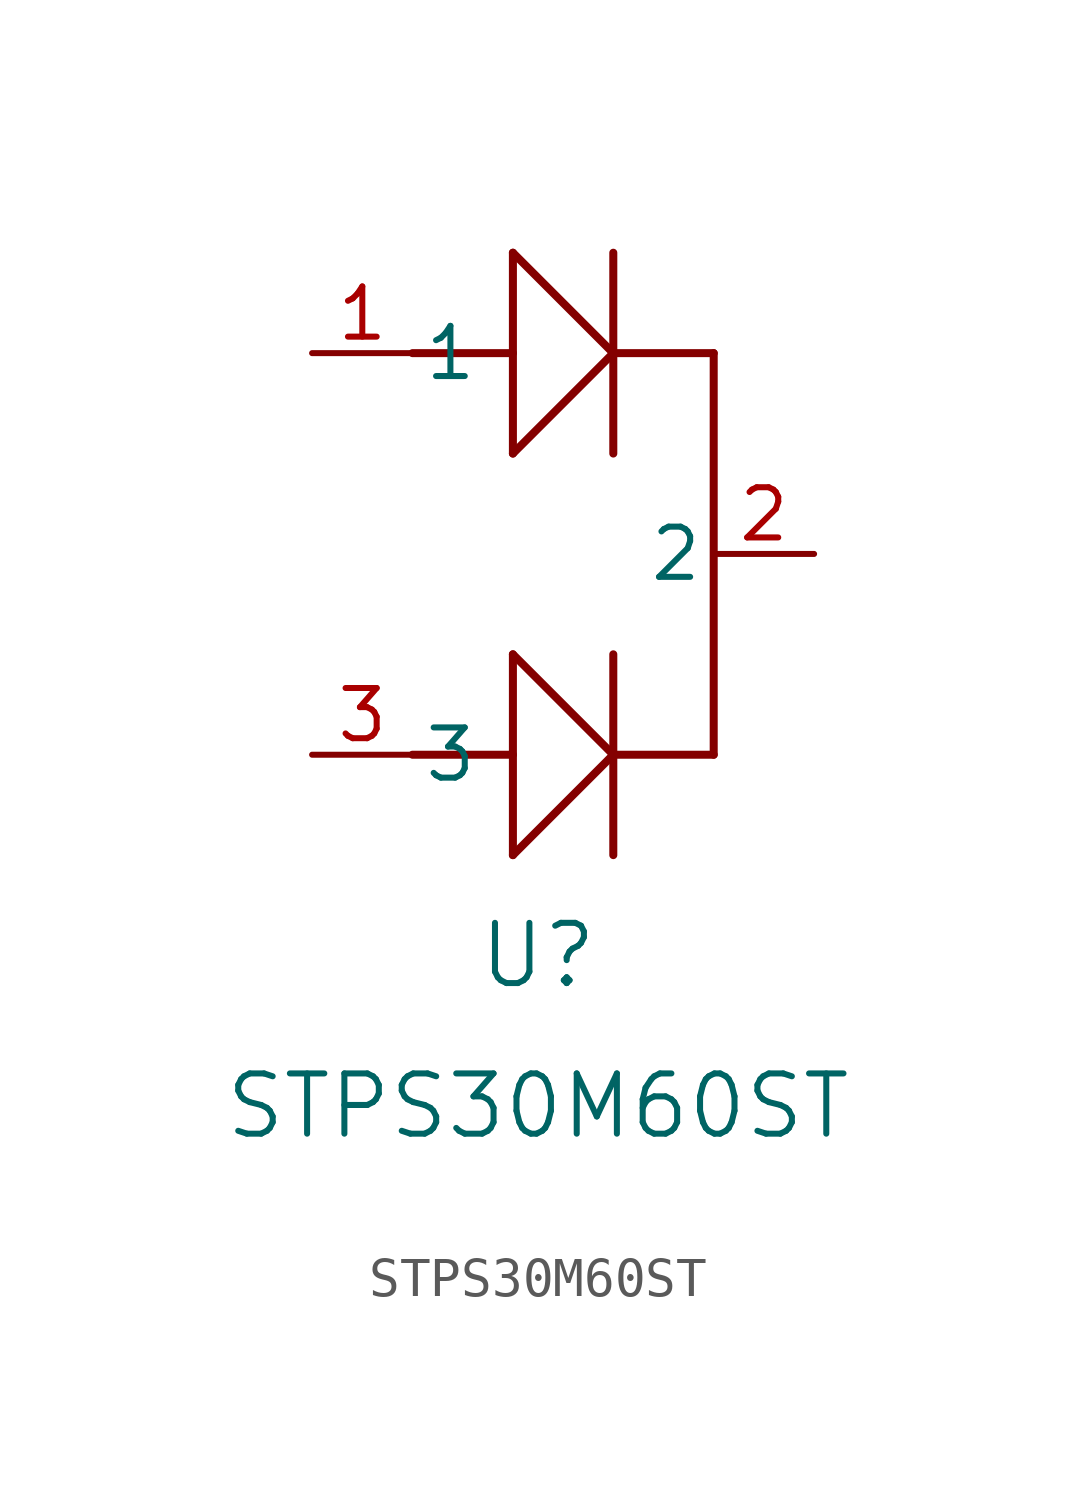
<source format=kicad_sym>
(kicad_symbol_lib
  (version 20211014)
  (generator kicad_symbol_editor)
  (symbol "STPS30M60ST"
    (pin_names
      (offset 0.254))
    (property "Reference" "U"
      (at 5.715 -15.24 0)
      (effects (font (size 1.524 1.524))))
    (property "Value" "STPS30M60ST"
      (at 5.715 -19.05 0)
      (effects (font (size 1.524 1.524))))
    (symbol "STPS30M60ST_0_1"
      (polyline (pts (xy 5.08 -7.62) (xy 7.62 -10.16)) (stroke (width 0.203) (type default) (color 0 0 0 0)) (fill (type none)))
      (polyline (pts (xy 5.08 -2.54) (xy 7.62 0)) (stroke (width 0.203) (type default) (color 0 0 0 0)) (fill (type none)))
      (polyline (pts (xy 5.08 -12.7) (xy 5.08 -7.62)) (stroke (width 0.203) (type default) (color 0 0 0 0)) (fill (type none)))
      (polyline (pts (xy 5.08 2.54) (xy 5.08 -2.54)) (stroke (width 0.203) (type default) (color 0 0 0 0)) (fill (type none)))
      (polyline (pts (xy 7.62 -12.7) (xy 7.62 -7.62)) (stroke (width 0.203) (type default) (color 0 0 0 0)) (fill (type none)))
      (polyline (pts (xy 5.08 -12.7) (xy 7.62 -10.16)) (stroke (width 0.203) (type default) (color 0 0 0 0)) (fill (type none)))
      (polyline (pts (xy 7.62 2.54) (xy 7.62 -2.54)) (stroke (width 0.203) (type default) (color 0 0 0 0)) (fill (type none)))
      (polyline (pts (xy 5.08 2.54) (xy 7.62 0)) (stroke (width 0.203) (type default) (color 0 0 0 0)) (fill (type none)))
      (polyline (pts (xy 2.54 -10.16) (xy 5.08 -10.16)) (stroke (width 0.203) (type default) (color 0 0 0 0)) (fill (type none)))
      (polyline (pts (xy 10.16 -10.16) (xy 7.62 -10.16)) (stroke (width 0.203) (type default) (color 0 0 0 0)) (fill (type none)))
      (polyline (pts (xy 2.54 0) (xy 5.08 0)) (stroke (width 0.203) (type default) (color 0 0 0 0)) (fill (type none)))
      (polyline (pts (xy 10.16 0) (xy 7.62 0)) (stroke (width 0.203) (type default) (color 0 0 0 0)) (fill (type none)))
      (polyline (pts (xy 10.16 0) (xy 10.16 -10.16)) (stroke (width 0.203) (type default) (color 0 0 0 0)) (fill (type none)))
      (pin unspecified line (at 0 0 0) (length 2.54) (name "1" (effects (font (size 1.27 1.27)))) (number "1" (effects (font (size 1.27 1.27)))))
      (pin unspecified line (at 12.7 -5.08 180) (length 2.54) (name "2" (effects (font (size 1.27 1.27)))) (number "2" (effects (font (size 1.27 1.27)))))
      (pin unspecified line (at 0 -10.16 0) (length 2.54) (name "3" (effects (font (size 1.27 1.27)))) (number "3" (effects (font (size 1.27 1.27))))))))
</source>
